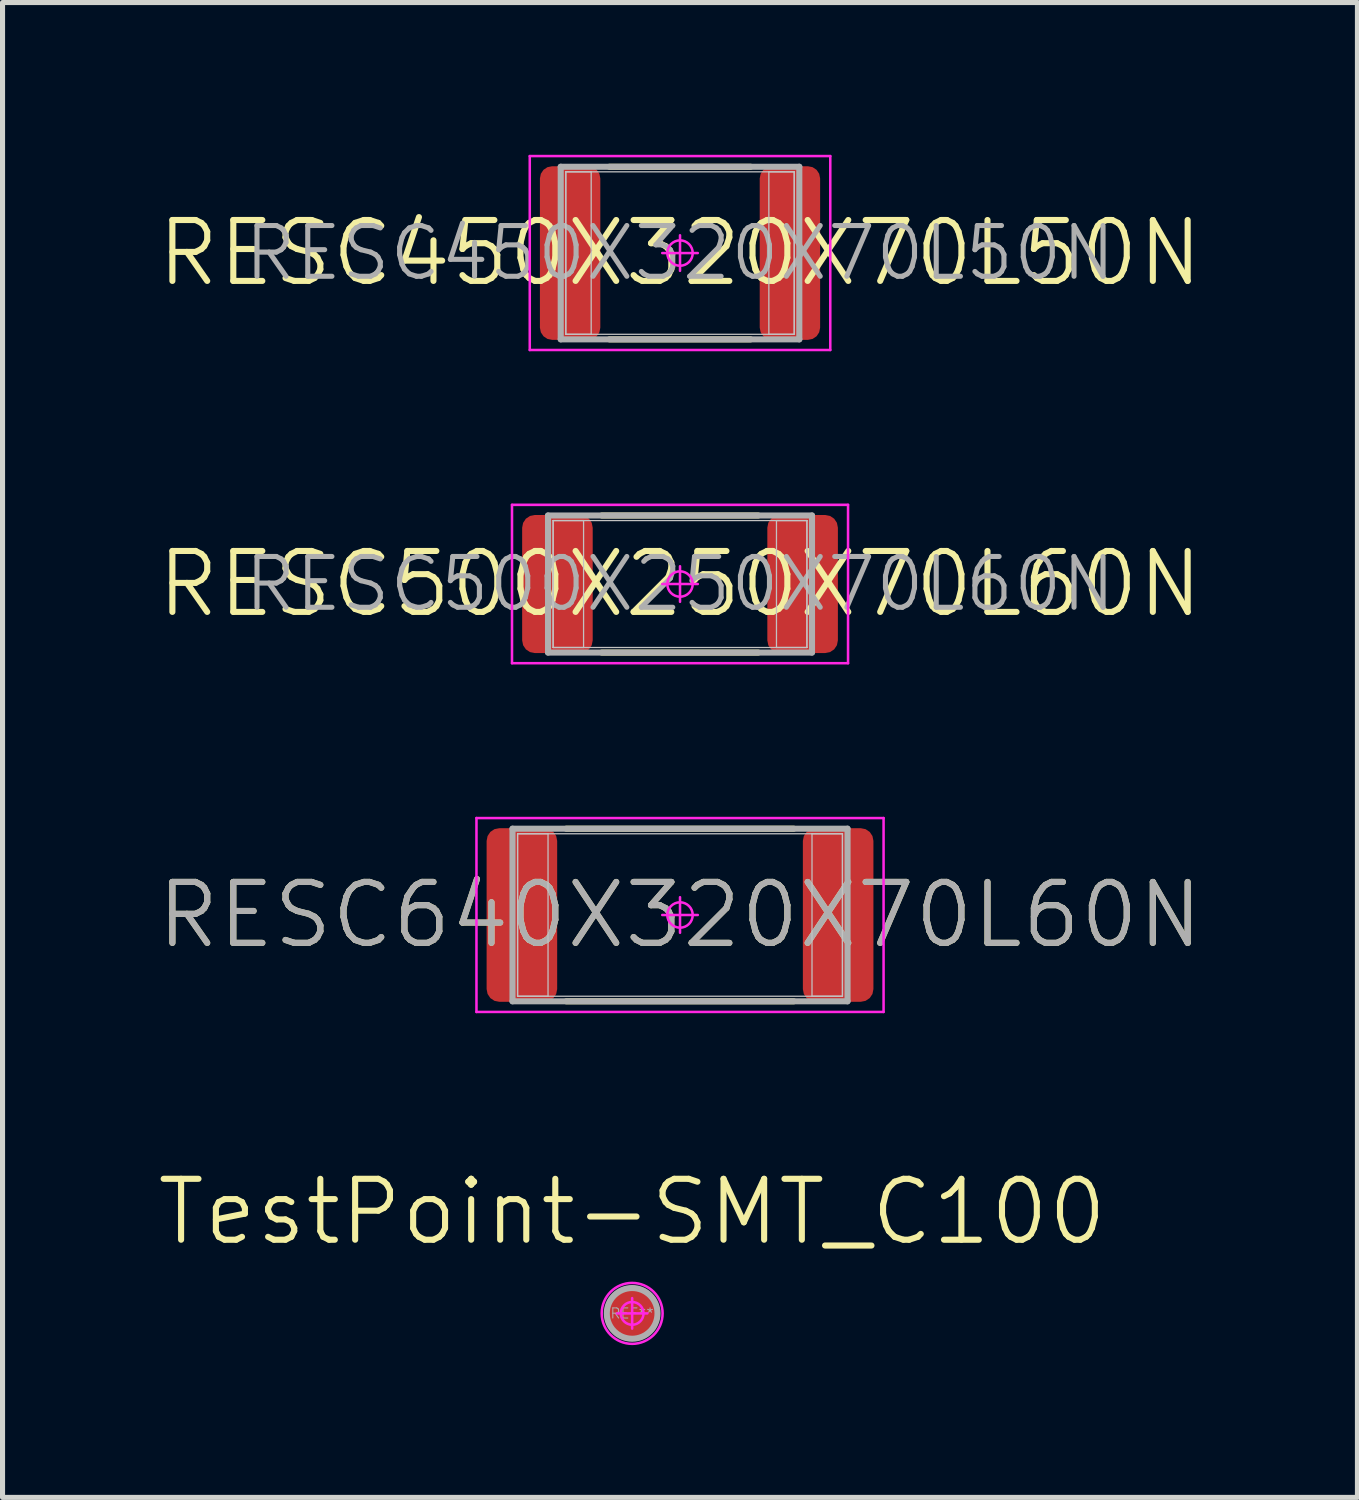
<source format=kicad_pcb>
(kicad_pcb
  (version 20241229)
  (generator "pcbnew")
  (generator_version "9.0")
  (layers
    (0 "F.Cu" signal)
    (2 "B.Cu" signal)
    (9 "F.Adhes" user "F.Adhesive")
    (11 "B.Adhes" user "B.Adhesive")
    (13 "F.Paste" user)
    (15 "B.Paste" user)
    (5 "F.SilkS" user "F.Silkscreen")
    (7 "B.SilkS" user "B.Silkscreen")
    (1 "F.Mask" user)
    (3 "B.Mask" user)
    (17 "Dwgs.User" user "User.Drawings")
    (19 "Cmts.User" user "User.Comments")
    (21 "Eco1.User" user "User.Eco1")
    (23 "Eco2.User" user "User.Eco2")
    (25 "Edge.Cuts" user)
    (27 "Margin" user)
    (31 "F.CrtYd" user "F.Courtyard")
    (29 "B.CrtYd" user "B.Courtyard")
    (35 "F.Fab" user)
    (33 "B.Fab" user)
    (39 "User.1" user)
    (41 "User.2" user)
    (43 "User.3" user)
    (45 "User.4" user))
  (footprint "TestPoint-SMT_C100"
    (layer "F.Cu")
    (at 9.403 22.823)
    (property "Reference" "TestPoint-SMT_C100" (at 0 -2 0) (layer "F.SilkS") (effects (font (size 1.2 1.2) (thickness 0.12))))
    (attr through_hole)
    (fp_line (start -0.3 0) (end 0.3 0) (stroke (width 0.05) (type solid)) (layer "F.CrtYd"))
    (fp_line (start 0 0.3) (end 0 -0.3) (stroke (width 0.05) (type solid)) (layer "F.CrtYd"))
    (fp_circle (center 0 0) (end 0.224 0) (stroke (width 0.05) (type solid)) (fill no) (layer "F.CrtYd"))
    (fp_circle (center 0 0) (end 0.6 0) (stroke (width 0.05) (type solid)) (fill no) (layer "F.CrtYd"))
    (fp_circle (center 0 0) (end 0.5 0) (stroke (width 0.12) (type solid)) (fill no) (layer "F.Fab"))
    (fp_text user "REF**" (at 0 0 0) (layer "F.Fab") (effects (font (size 0.2 0.2) (thickness 0.02))))
    (pad "1" smd circle (at 0 0) (size 1 1) (layers "F.Cu" "F.Mask")))
  (footprint "RESC500X250X70L60N"
    (layer "F.Cu")
    (at 10.346 8.455)
    (property "Reference" "RESC500X250X70L60N" (at 0 0 0) (layer "F.SilkS") (effects (font (size 1.2 1.2) (thickness 0.12))))
    (attr smd)
    (fp_line (start -1.54 -1.35) (end 1.54 -1.35) (stroke (width 0.12) (type solid)) (layer "F.SilkS"))
    (fp_line (start -1.54 1.35) (end 1.54 1.35) (stroke (width 0.12) (type solid)) (layer "F.SilkS"))
    (fp_line (start -2.5 -1.25) (end -1.9 -1.25) (stroke (width 0.025) (type solid)) (layer "Dwgs.User"))
    (fp_line (start -2.5 -1.25) (end 2.5 -1.25) (stroke (width 0.025) (type solid)) (layer "Dwgs.User"))
    (fp_line (start -2.5 1.25) (end -2.5 -1.25) (stroke (width 0.025) (type solid)) (layer "Dwgs.User"))
    (fp_line (start -2.5 1.25) (end -2.5 -1.25) (stroke (width 0.025) (type solid)) (layer "Dwgs.User"))
    (fp_line (start -1.9 -1.25) (end -1.9 1.25) (stroke (width 0.025) (type solid)) (layer "Dwgs.User"))
    (fp_line (start -1.9 1.25) (end -2.5 1.25) (stroke (width 0.025) (type solid)) (layer "Dwgs.User"))
    (fp_line (start 1.9 -1.25) (end 2.5 -1.25) (stroke (width 0.025) (type solid)) (layer "Dwgs.User"))
    (fp_line (start 1.9 1.25) (end 1.9 -1.25) (stroke (width 0.025) (type solid)) (layer "Dwgs.User"))
    (fp_line (start 2.5 -1.25) (end 2.5 1.25) (stroke (width 0.025) (type solid)) (layer "Dwgs.User"))
    (fp_line (start 2.5 -1.25) (end 2.5 1.25) (stroke (width 0.025) (type solid)) (layer "Dwgs.User"))
    (fp_line (start 2.5 1.25) (end -2.5 1.25) (stroke (width 0.025) (type solid)) (layer "Dwgs.User"))
    (fp_line (start 2.5 1.25) (end 1.9 1.25) (stroke (width 0.025) (type solid)) (layer "Dwgs.User"))
    (fp_line (start -3.31 -1.56) (end 3.31 -1.56) (stroke (width 0.05) (type solid)) (layer "F.CrtYd"))
    (fp_line (start -3.31 1.56) (end -3.31 -1.56) (stroke (width 0.05) (type solid)) (layer "F.CrtYd"))
    (fp_line (start 0 -0.35) (end 0 0.35) (stroke (width 0.05) (type solid)) (layer "F.CrtYd"))
    (fp_line (start 0.35 0) (end -0.35 0) (stroke (width 0.05) (type solid)) (layer "F.CrtYd"))
    (fp_line (start 3.31 -1.56) (end 3.31 1.56) (stroke (width 0.05) (type solid)) (layer "F.CrtYd"))
    (fp_line (start 3.31 1.56) (end -3.31 1.56) (stroke (width 0.05) (type solid)) (layer "F.CrtYd"))
    (fp_circle (center 0 0) (end 0 0.25) (stroke (width 0.05) (type solid)) (fill no) (layer "F.CrtYd"))
    (fp_line (start -2.6 -1.35) (end 2.6 -1.35) (stroke (width 0.12) (type solid)) (layer "F.Fab"))
    (fp_line (start -2.6 1.35) (end -2.6 -1.35) (stroke (width 0.12) (type solid)) (layer "F.Fab"))
    (fp_line (start 2.6 -1.35) (end 2.6 1.35) (stroke (width 0.12) (type solid)) (layer "F.Fab"))
    (fp_line (start 2.6 1.35) (end -2.6 1.35) (stroke (width 0.12) (type solid)) (layer "F.Fab"))
    (fp_text user "${REFERENCE}" (at 0 0 0) (layer "F.Fab") (effects (font (size 1 1) (thickness 0.1))))
    (pad "1" smd roundrect (at -2.415 0) (size 1.39 2.72) (layers "F.Cu" "F.Mask" "F.Paste") (roundrect_rratio 0.18))
    (pad "2" smd roundrect (at 2.415 0) (size 1.39 2.72) (layers "F.Cu" "F.Mask" "F.Paste") (roundrect_rratio 0.18)))
  (footprint "RESC450X320X70L50N"
    (layer "F.Cu")
    (at 10.346 1.935)
    (property "Reference" "RESC450X320X70L50N" (at 0 0 0) (layer "F.SilkS") (effects (font (size 1.2 1.2) (thickness 0.12))))
    (attr smd)
    (fp_line (start -1.39 -1.7) (end 1.39 -1.7) (stroke (width 0.12) (type solid)) (layer "F.SilkS"))
    (fp_line (start -1.39 1.7) (end 1.39 1.7) (stroke (width 0.12) (type solid)) (layer "F.SilkS"))
    (fp_line (start -2.25 -1.6) (end -1.75 -1.6) (stroke (width 0.025) (type solid)) (layer "Dwgs.User"))
    (fp_line (start -2.25 -1.6) (end 2.25 -1.6) (stroke (width 0.025) (type solid)) (layer "Dwgs.User"))
    (fp_line (start -2.25 1.6) (end -2.25 -1.6) (stroke (width 0.025) (type solid)) (layer "Dwgs.User"))
    (fp_line (start -2.25 1.6) (end -2.25 -1.6) (stroke (width 0.025) (type solid)) (layer "Dwgs.User"))
    (fp_line (start -1.75 -1.6) (end -1.75 1.6) (stroke (width 0.025) (type solid)) (layer "Dwgs.User"))
    (fp_line (start -1.75 1.6) (end -2.25 1.6) (stroke (width 0.025) (type solid)) (layer "Dwgs.User"))
    (fp_line (start 1.75 -1.6) (end 2.25 -1.6) (stroke (width 0.025) (type solid)) (layer "Dwgs.User"))
    (fp_line (start 1.75 1.6) (end 1.75 -1.6) (stroke (width 0.025) (type solid)) (layer "Dwgs.User"))
    (fp_line (start 2.25 -1.6) (end 2.25 1.6) (stroke (width 0.025) (type solid)) (layer "Dwgs.User"))
    (fp_line (start 2.25 -1.6) (end 2.25 1.6) (stroke (width 0.025) (type solid)) (layer "Dwgs.User"))
    (fp_line (start 2.25 1.6) (end -2.25 1.6) (stroke (width 0.025) (type solid)) (layer "Dwgs.User"))
    (fp_line (start 2.25 1.6) (end 1.75 1.6) (stroke (width 0.025) (type solid)) (layer "Dwgs.User"))
    (fp_line (start -2.96 -1.91) (end 2.96 -1.91) (stroke (width 0.05) (type solid)) (layer "F.CrtYd"))
    (fp_line (start -2.96 1.91) (end -2.96 -1.91) (stroke (width 0.05) (type solid)) (layer "F.CrtYd"))
    (fp_line (start 0 -0.35) (end 0 0.35) (stroke (width 0.05) (type solid)) (layer "F.CrtYd"))
    (fp_line (start 0.35 0) (end -0.35 0) (stroke (width 0.05) (type solid)) (layer "F.CrtYd"))
    (fp_line (start 2.96 -1.91) (end 2.96 1.91) (stroke (width 0.05) (type solid)) (layer "F.CrtYd"))
    (fp_line (start 2.96 1.91) (end -2.96 1.91) (stroke (width 0.05) (type solid)) (layer "F.CrtYd"))
    (fp_circle (center 0 0) (end 0 0.25) (stroke (width 0.05) (type solid)) (fill no) (layer "F.CrtYd"))
    (fp_line (start -2.35 -1.7) (end 2.35 -1.7) (stroke (width 0.12) (type solid)) (layer "F.Fab"))
    (fp_line (start -2.35 1.7) (end -2.35 -1.7) (stroke (width 0.12) (type solid)) (layer "F.Fab"))
    (fp_line (start 2.35 -1.7) (end 2.35 1.7) (stroke (width 0.12) (type solid)) (layer "F.Fab"))
    (fp_line (start 2.35 1.7) (end -2.35 1.7) (stroke (width 0.12) (type solid)) (layer "F.Fab"))
    (fp_text user "${REFERENCE}" (at 0 0 0) (layer "F.Fab") (effects (font (size 1 1) (thickness 0.1))))
    (pad "1" smd roundrect (at -2.165 0) (size 1.19 3.42) (layers "F.Cu" "F.Mask" "F.Paste") (roundrect_rratio 0.202))
    (pad "2" smd roundrect (at 2.165 0) (size 1.19 3.42) (layers "F.Cu" "F.Mask" "F.Paste") (roundrect_rratio 0.202)))
  (footprint "RESC640X320X70L60N"
    (layer "F.Cu")
    (at 10.346 14.975)
    (property "Reference" "RESC640X320X70L60N" (at 0 0 0) (layer "F.SilkS") (effects (font (size 1.2 1.2) (thickness 0.12))))
    (attr smd)
    (fp_line (start -2.24 -1.7) (end 2.24 -1.7) (stroke (width 0.12) (type solid)) (layer "F.SilkS"))
    (fp_line (start -2.24 1.7) (end 2.24 1.7) (stroke (width 0.12) (type solid)) (layer "F.SilkS"))
    (fp_line (start -3.2 -1.6) (end -2.6 -1.6) (stroke (width 0.025) (type solid)) (layer "Dwgs.User"))
    (fp_line (start -3.2 -1.6) (end 3.2 -1.6) (stroke (width 0.025) (type solid)) (layer "Dwgs.User"))
    (fp_line (start -3.2 1.6) (end -3.2 -1.6) (stroke (width 0.025) (type solid)) (layer "Dwgs.User"))
    (fp_line (start -3.2 1.6) (end -3.2 -1.6) (stroke (width 0.025) (type solid)) (layer "Dwgs.User"))
    (fp_line (start -2.6 -1.6) (end -2.6 1.6) (stroke (width 0.025) (type solid)) (layer "Dwgs.User"))
    (fp_line (start -2.6 1.6) (end -3.2 1.6) (stroke (width 0.025) (type solid)) (layer "Dwgs.User"))
    (fp_line (start 2.6 -1.6) (end 3.2 -1.6) (stroke (width 0.025) (type solid)) (layer "Dwgs.User"))
    (fp_line (start 2.6 1.6) (end 2.6 -1.6) (stroke (width 0.025) (type solid)) (layer "Dwgs.User"))
    (fp_line (start 3.2 -1.6) (end 3.2 1.6) (stroke (width 0.025) (type solid)) (layer "Dwgs.User"))
    (fp_line (start 3.2 -1.6) (end 3.2 1.6) (stroke (width 0.025) (type solid)) (layer "Dwgs.User"))
    (fp_line (start 3.2 1.6) (end -3.2 1.6) (stroke (width 0.025) (type solid)) (layer "Dwgs.User"))
    (fp_line (start 3.2 1.6) (end 2.6 1.6) (stroke (width 0.025) (type solid)) (layer "Dwgs.User"))
    (fp_line (start -4.01 -1.91) (end 4.01 -1.91) (stroke (width 0.05) (type solid)) (layer "F.CrtYd"))
    (fp_line (start -4.01 1.91) (end -4.01 -1.91) (stroke (width 0.05) (type solid)) (layer "F.CrtYd"))
    (fp_line (start 0 -0.35) (end 0 0.35) (stroke (width 0.05) (type solid)) (layer "F.CrtYd"))
    (fp_line (start 0.35 0) (end -0.35 0) (stroke (width 0.05) (type solid)) (layer "F.CrtYd"))
    (fp_line (start 4.01 -1.91) (end 4.01 1.91) (stroke (width 0.05) (type solid)) (layer "F.CrtYd"))
    (fp_line (start 4.01 1.91) (end -4.01 1.91) (stroke (width 0.05) (type solid)) (layer "F.CrtYd"))
    (fp_circle (center 0 0) (end 0 0.25) (stroke (width 0.05) (type solid)) (fill no) (layer "F.CrtYd"))
    (fp_line (start -3.3 -1.7) (end 3.3 -1.7) (stroke (width 0.12) (type solid)) (layer "F.Fab"))
    (fp_line (start -3.3 1.7) (end -3.3 -1.7) (stroke (width 0.12) (type solid)) (layer "F.Fab"))
    (fp_line (start 3.3 -1.7) (end 3.3 1.7) (stroke (width 0.12) (type solid)) (layer "F.Fab"))
    (fp_line (start 3.3 1.7) (end -3.3 1.7) (stroke (width 0.12) (type solid)) (layer "F.Fab"))
    (fp_text user "${REFERENCE}" (at 0 0 0) (layer "F.Fab") (effects (font (size 1.2 1.2) (thickness 0.12))))
    (pad "1" smd roundrect (at -3.115 0) (size 1.39 3.42) (layers "F.Cu" "F.Mask" "F.Paste") (roundrect_rratio 0.18))
    (pad "2" smd roundrect (at 3.115 0) (size 1.39 3.42) (layers "F.Cu" "F.Mask" "F.Paste") (roundrect_rratio 0.18)))
  (gr_rect
    (start -3 -3)
    (end 23.691 26.448)
    (stroke (width 0.1) (type default))
    (fill no)
    (layer "Edge.Cuts")))
</source>
